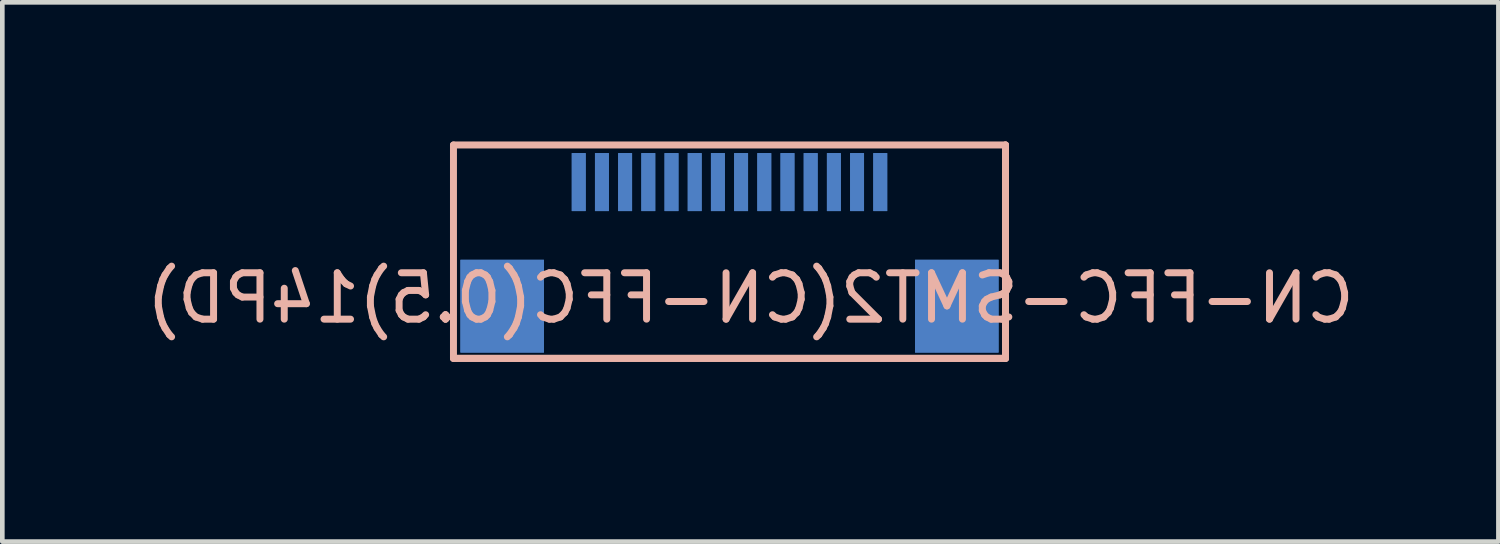
<source format=kicad_pcb>
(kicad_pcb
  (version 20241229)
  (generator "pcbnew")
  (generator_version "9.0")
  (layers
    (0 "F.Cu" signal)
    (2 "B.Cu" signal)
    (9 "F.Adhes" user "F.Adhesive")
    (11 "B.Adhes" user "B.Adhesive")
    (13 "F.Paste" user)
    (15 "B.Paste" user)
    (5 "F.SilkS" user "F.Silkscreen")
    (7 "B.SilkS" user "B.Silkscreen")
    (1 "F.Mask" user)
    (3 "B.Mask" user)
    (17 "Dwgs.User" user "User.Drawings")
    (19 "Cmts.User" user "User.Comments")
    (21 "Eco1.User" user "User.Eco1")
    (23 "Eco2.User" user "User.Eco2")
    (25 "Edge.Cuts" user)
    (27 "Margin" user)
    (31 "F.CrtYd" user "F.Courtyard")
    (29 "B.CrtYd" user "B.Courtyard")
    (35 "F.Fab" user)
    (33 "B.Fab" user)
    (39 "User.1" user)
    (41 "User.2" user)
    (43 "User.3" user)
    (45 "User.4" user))
  (footprint "CN-FFC-SMT2(CN-FFC(0.5)14PD)"
    (layer "F.Cu")
    (at 6.425 5.375)
    (property "Reference" "CN-FFC-SMT2(CN-FFC(0.5)14PD)" (at 6.7 -2 0) (layer "B.SilkS") (effects (font (size 1 1) (thickness 0.15)) (justify mirror)))
    (attr through_hole)
    (fp_line (start 0.3 -5.3) (end 0.3 -0.7) (stroke (width 0.15) (type solid)) (layer "B.SilkS"))
    (fp_line (start 0.3 -0.7) (end 12.2 -0.7) (stroke (width 0.15) (type solid)) (layer "B.SilkS"))
    (fp_line (start 0.3 -0.7) (end 12.2 -0.7) (stroke (width 0.15) (type solid)) (layer "B.SilkS"))
    (fp_line (start 12.2 -5.3) (end 0.3 -5.3) (stroke (width 0.15) (type solid)) (layer "B.SilkS"))
    (fp_line (start 12.2 -0.7) (end 12.2 -5.3) (stroke (width 0.15) (type solid)) (layer "B.SilkS"))
    (fp_line (start 12.2 -0.7) (end 12.2 -5.3) (stroke (width 0.15) (type solid)) (layer "B.SilkS"))
    (pad "" smd rect (at 1.35 -1.825) (size 1.8 2) (layers "B.Cu" "B.Mask" "B.Paste"))
    (pad "" smd rect (at 1.35 -1.825) (size 1.8 2) (layers "B.Cu" "B.Mask" "B.Paste"))
    (pad "" smd rect (at 11.15 -1.825) (size 1.8 2) (layers "B.Cu" "B.Mask" "B.Paste"))
    (pad "" smd rect (at 11.15 -1.825) (size 1.8 2) (layers "B.Cu" "B.Mask" "B.Paste"))
    (pad "1" smd rect (at 3 -4.5) (size 0.3 1.25) (layers "B.Cu" "B.Mask" "B.Paste"))
    (pad "1" smd rect (at 3 -4.5) (size 0.3 1.25) (layers "B.Cu" "B.Mask" "B.Paste"))
    (pad "2" smd rect (at 3.5 -4.5) (size 0.3 1.25) (layers "B.Cu" "B.Mask" "B.Paste"))
    (pad "2" smd rect (at 3.5 -4.5) (size 0.3 1.25) (layers "B.Cu" "B.Mask" "B.Paste"))
    (pad "3" smd rect (at 4 -4.5) (size 0.3 1.25) (layers "B.Cu" "B.Mask" "B.Paste"))
    (pad "3" smd rect (at 4 -4.5) (size 0.3 1.25) (layers "B.Cu" "B.Mask" "B.Paste"))
    (pad "4" smd rect (at 4.5 -4.5) (size 0.3 1.25) (layers "B.Cu" "B.Mask" "B.Paste"))
    (pad "4" smd rect (at 4.5 -4.5) (size 0.3 1.25) (layers "B.Cu" "B.Mask" "B.Paste"))
    (pad "5" smd rect (at 5 -4.5) (size 0.3 1.25) (layers "B.Cu" "B.Mask" "B.Paste"))
    (pad "5" smd rect (at 5 -4.5) (size 0.3 1.25) (layers "B.Cu" "B.Mask" "B.Paste"))
    (pad "6" smd rect (at 5.5 -4.5) (size 0.3 1.25) (layers "B.Cu" "B.Mask" "B.Paste"))
    (pad "6" smd rect (at 5.5 -4.5) (size 0.3 1.25) (layers "B.Cu" "B.Mask" "B.Paste"))
    (pad "7" smd rect (at 6 -4.5) (size 0.3 1.25) (layers "B.Cu" "B.Mask" "B.Paste"))
    (pad "7" smd rect (at 6 -4.5) (size 0.3 1.25) (layers "B.Cu" "B.Mask" "B.Paste"))
    (pad "8" smd rect (at 6.5 -4.5) (size 0.3 1.25) (layers "B.Cu" "B.Mask" "B.Paste"))
    (pad "8" smd rect (at 6.5 -4.5) (size 0.3 1.25) (layers "B.Cu" "B.Mask" "B.Paste"))
    (pad "9" smd rect (at 7 -4.5) (size 0.3 1.25) (layers "B.Cu" "B.Mask" "B.Paste"))
    (pad "9" smd rect (at 7 -4.5) (size 0.3 1.25) (layers "B.Cu" "B.Mask" "B.Paste"))
    (pad "10" smd rect (at 7.5 -4.5) (size 0.3 1.25) (layers "B.Cu" "B.Mask" "B.Paste"))
    (pad "10" smd rect (at 7.5 -4.5) (size 0.3 1.25) (layers "B.Cu" "B.Mask" "B.Paste"))
    (pad "11" smd rect (at 8 -4.5) (size 0.3 1.25) (layers "B.Cu" "B.Mask" "B.Paste"))
    (pad "11" smd rect (at 8 -4.5) (size 0.3 1.25) (layers "B.Cu" "B.Mask" "B.Paste"))
    (pad "12" smd rect (at 8.5 -4.5) (size 0.3 1.25) (layers "B.Cu" "B.Mask" "B.Paste"))
    (pad "12" smd rect (at 8.5 -4.5) (size 0.3 1.25) (layers "B.Cu" "B.Mask" "B.Paste"))
    (pad "13" smd rect (at 9 -4.5) (size 0.3 1.25) (layers "B.Cu" "B.Mask" "B.Paste"))
    (pad "13" smd rect (at 9 -4.5) (size 0.3 1.25) (layers "B.Cu" "B.Mask" "B.Paste"))
    (pad "14" smd rect (at 9.5 -4.5) (size 0.3 1.25) (layers "B.Cu" "B.Mask" "B.Paste"))
    (pad "14" smd rect (at 9.5 -4.5) (size 0.3 1.25) (layers "B.Cu" "B.Mask" "B.Paste")))
  (gr_rect
    (start -3 -3)
    (end 29.25 8.625)
    (stroke (width 0.1) (type default))
    (fill no)
    (layer "Edge.Cuts")))
</source>
